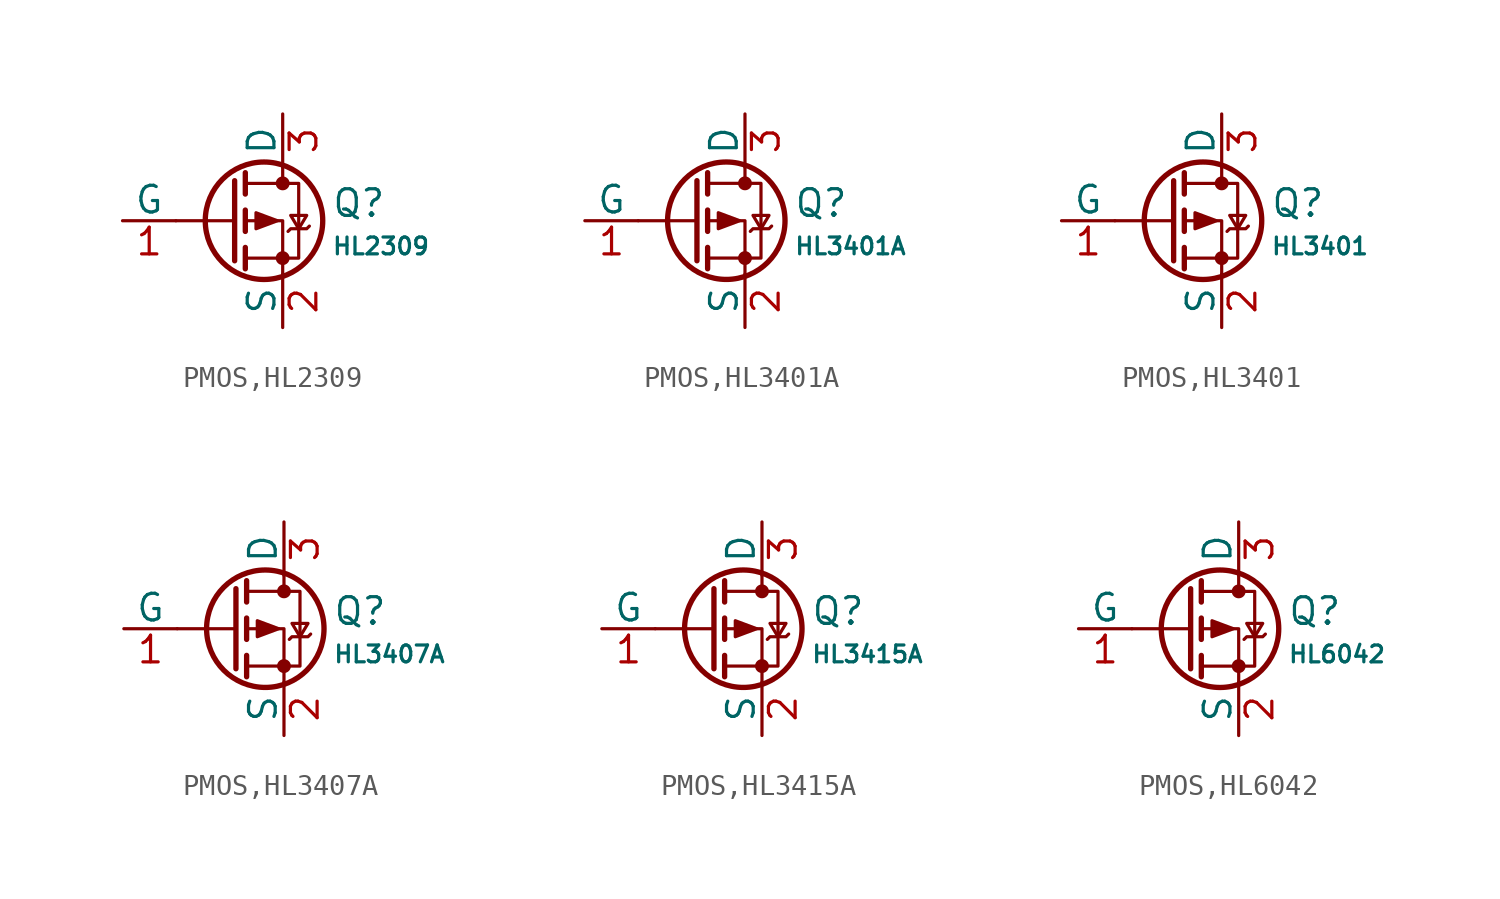
<source format=kicad_sym>
(kicad_symbol_lib
  (version 20231120)
  (generator "CDFER")
  (generator_version "8.0")
  (symbol "PMOS,HL2309"
    (pin_names
      (offset 0))
    (property "Reference" "Q"
      (at 4.851 0.834 0)
      (effects (font (size 1.27 1.27)) (justify left)))
    (property "Value" "HL2309"
      (at 4.851 -1.212 0)
      (effects (font (size 0.8 0.8)) (justify left)))
    (symbol "PMOS,HL2309_0_1"
      (polyline (pts (xy 0.254 0) (xy -2.54 0)) (stroke (width 0) (type default)) (fill (type none)))
      (polyline (pts (xy 0.254 1.905) (xy 0.254 -1.905)) (stroke (width 0.254) (type default)) (fill (type none)))
      (polyline (pts (xy 0.762 -1.27) (xy 0.762 -2.286)) (stroke (width 0.254) (type default)) (fill (type none)))
      (polyline (pts (xy 0.762 0.508) (xy 0.762 -0.508)) (stroke (width 0.254) (type default)) (fill (type none)))
      (polyline (pts (xy 0.762 2.286) (xy 0.762 1.27)) (stroke (width 0.254) (type default)) (fill (type none)))
      (polyline (pts (xy 2.54 2.54) (xy 2.54 1.778)) (stroke (width 0) (type default)) (fill (type none)))
      (polyline (pts (xy 2.54 -2.54) (xy 2.54 0) (xy 0.762 0)) (stroke (width 0) (type default)) (fill (type none)))
      (polyline (pts (xy 0.762 1.778) (xy 3.302 1.778) (xy 3.302 -1.778) (xy 0.762 -1.778)) (stroke (width 0) (type default)) (fill (type none)))
      (polyline (pts (xy 2.286 0) (xy 1.27 0.381) (xy 1.27 -0.381) (xy 2.286 0)) (stroke (width 0) (type default)) (fill (type outline)))
      (polyline (pts (xy 2.794 -0.508) (xy 2.921 -0.381) (xy 3.683 -0.381) (xy 3.81 -0.254)) (stroke (width 0) (type default)) (fill (type none)))
      (polyline (pts (xy 3.302 -0.381) (xy 2.921 0.254) (xy 3.683 0.254) (xy 3.302 -0.381)) (stroke (width 0) (type default)) (fill (type none)))
      (circle (center 1.651 0) (radius 2.794) (stroke (width 0.254) (type default)) (fill (type none)))
      (circle (center 2.54 -1.778) (radius 0.254) (stroke (width 0) (type default)) (fill (type outline)))
      (circle (center 2.54 1.778) (radius 0.254) (stroke (width 0) (type default)) (fill (type outline))))
    (symbol "PMOS,HL2309_1_1"
      (pin passive line (at 2.54 5.08 270) (length 2.54) (name "D" (effects (font (size 1.27 1.27)))) (number "3" (effects (font (size 1.27 1.27)))))
      (pin input line (at -5.08 0 0) (length 2.54) (name "G" (effects (font (size 1.27 1.27)))) (number "1" (effects (font (size 1.27 1.27)))))
      (pin passive line (at 2.54 -5.08 90) (length 2.54) (name "S" (effects (font (size 1.27 1.27)))) (number "2" (effects (font (size 1.27 1.27)))))))
  (symbol "PMOS,HL3401A"
    (pin_names
      (offset 0))
    (property "Reference" "Q"
      (at 4.851 0.834 0)
      (effects (font (size 1.27 1.27)) (justify left)))
    (property "Value" "HL3401A"
      (at 4.851 -1.212 0)
      (effects (font (size 0.8 0.8)) (justify left)))
    (symbol "PMOS,HL3401A_0_1"
      (polyline (pts (xy 0.254 0) (xy -2.54 0)) (stroke (width 0) (type default)) (fill (type none)))
      (polyline (pts (xy 0.254 1.905) (xy 0.254 -1.905)) (stroke (width 0.254) (type default)) (fill (type none)))
      (polyline (pts (xy 0.762 -1.27) (xy 0.762 -2.286)) (stroke (width 0.254) (type default)) (fill (type none)))
      (polyline (pts (xy 0.762 0.508) (xy 0.762 -0.508)) (stroke (width 0.254) (type default)) (fill (type none)))
      (polyline (pts (xy 0.762 2.286) (xy 0.762 1.27)) (stroke (width 0.254) (type default)) (fill (type none)))
      (polyline (pts (xy 2.54 2.54) (xy 2.54 1.778)) (stroke (width 0) (type default)) (fill (type none)))
      (polyline (pts (xy 2.54 -2.54) (xy 2.54 0) (xy 0.762 0)) (stroke (width 0) (type default)) (fill (type none)))
      (polyline (pts (xy 0.762 1.778) (xy 3.302 1.778) (xy 3.302 -1.778) (xy 0.762 -1.778)) (stroke (width 0) (type default)) (fill (type none)))
      (polyline (pts (xy 2.286 0) (xy 1.27 0.381) (xy 1.27 -0.381) (xy 2.286 0)) (stroke (width 0) (type default)) (fill (type outline)))
      (polyline (pts (xy 2.794 -0.508) (xy 2.921 -0.381) (xy 3.683 -0.381) (xy 3.81 -0.254)) (stroke (width 0) (type default)) (fill (type none)))
      (polyline (pts (xy 3.302 -0.381) (xy 2.921 0.254) (xy 3.683 0.254) (xy 3.302 -0.381)) (stroke (width 0) (type default)) (fill (type none)))
      (circle (center 1.651 0) (radius 2.794) (stroke (width 0.254) (type default)) (fill (type none)))
      (circle (center 2.54 -1.778) (radius 0.254) (stroke (width 0) (type default)) (fill (type outline)))
      (circle (center 2.54 1.778) (radius 0.254) (stroke (width 0) (type default)) (fill (type outline))))
    (symbol "PMOS,HL3401A_1_1"
      (pin passive line (at 2.54 5.08 270) (length 2.54) (name "D" (effects (font (size 1.27 1.27)))) (number "3" (effects (font (size 1.27 1.27)))))
      (pin input line (at -5.08 0 0) (length 2.54) (name "G" (effects (font (size 1.27 1.27)))) (number "1" (effects (font (size 1.27 1.27)))))
      (pin passive line (at 2.54 -5.08 90) (length 2.54) (name "S" (effects (font (size 1.27 1.27)))) (number "2" (effects (font (size 1.27 1.27)))))))
  (symbol "PMOS,HL3401"
    (pin_names
      (offset 0))
    (property "Reference" "Q"
      (at 4.851 0.834 0)
      (effects (font (size 1.27 1.27)) (justify left)))
    (property "Value" "HL3401"
      (at 4.851 -1.212 0)
      (effects (font (size 0.8 0.8)) (justify left)))
    (symbol "PMOS,HL3401_0_1"
      (polyline (pts (xy 0.254 0) (xy -2.54 0)) (stroke (width 0) (type default)) (fill (type none)))
      (polyline (pts (xy 0.254 1.905) (xy 0.254 -1.905)) (stroke (width 0.254) (type default)) (fill (type none)))
      (polyline (pts (xy 0.762 -1.27) (xy 0.762 -2.286)) (stroke (width 0.254) (type default)) (fill (type none)))
      (polyline (pts (xy 0.762 0.508) (xy 0.762 -0.508)) (stroke (width 0.254) (type default)) (fill (type none)))
      (polyline (pts (xy 0.762 2.286) (xy 0.762 1.27)) (stroke (width 0.254) (type default)) (fill (type none)))
      (polyline (pts (xy 2.54 2.54) (xy 2.54 1.778)) (stroke (width 0) (type default)) (fill (type none)))
      (polyline (pts (xy 2.54 -2.54) (xy 2.54 0) (xy 0.762 0)) (stroke (width 0) (type default)) (fill (type none)))
      (polyline (pts (xy 0.762 1.778) (xy 3.302 1.778) (xy 3.302 -1.778) (xy 0.762 -1.778)) (stroke (width 0) (type default)) (fill (type none)))
      (polyline (pts (xy 2.286 0) (xy 1.27 0.381) (xy 1.27 -0.381) (xy 2.286 0)) (stroke (width 0) (type default)) (fill (type outline)))
      (polyline (pts (xy 2.794 -0.508) (xy 2.921 -0.381) (xy 3.683 -0.381) (xy 3.81 -0.254)) (stroke (width 0) (type default)) (fill (type none)))
      (polyline (pts (xy 3.302 -0.381) (xy 2.921 0.254) (xy 3.683 0.254) (xy 3.302 -0.381)) (stroke (width 0) (type default)) (fill (type none)))
      (circle (center 1.651 0) (radius 2.794) (stroke (width 0.254) (type default)) (fill (type none)))
      (circle (center 2.54 -1.778) (radius 0.254) (stroke (width 0) (type default)) (fill (type outline)))
      (circle (center 2.54 1.778) (radius 0.254) (stroke (width 0) (type default)) (fill (type outline))))
    (symbol "PMOS,HL3401_1_1"
      (pin passive line (at 2.54 5.08 270) (length 2.54) (name "D" (effects (font (size 1.27 1.27)))) (number "3" (effects (font (size 1.27 1.27)))))
      (pin input line (at -5.08 0 0) (length 2.54) (name "G" (effects (font (size 1.27 1.27)))) (number "1" (effects (font (size 1.27 1.27)))))
      (pin passive line (at 2.54 -5.08 90) (length 2.54) (name "S" (effects (font (size 1.27 1.27)))) (number "2" (effects (font (size 1.27 1.27)))))))
  (symbol "PMOS,HL3407A"
    (pin_names
      (offset 0))
    (property "Reference" "Q"
      (at 4.851 0.834 0)
      (effects (font (size 1.27 1.27)) (justify left)))
    (property "Value" "HL3407A"
      (at 4.851 -1.212 0)
      (effects (font (size 0.8 0.8)) (justify left)))
    (symbol "PMOS,HL3407A_0_1"
      (polyline (pts (xy 0.254 0) (xy -2.54 0)) (stroke (width 0) (type default)) (fill (type none)))
      (polyline (pts (xy 0.254 1.905) (xy 0.254 -1.905)) (stroke (width 0.254) (type default)) (fill (type none)))
      (polyline (pts (xy 0.762 -1.27) (xy 0.762 -2.286)) (stroke (width 0.254) (type default)) (fill (type none)))
      (polyline (pts (xy 0.762 0.508) (xy 0.762 -0.508)) (stroke (width 0.254) (type default)) (fill (type none)))
      (polyline (pts (xy 0.762 2.286) (xy 0.762 1.27)) (stroke (width 0.254) (type default)) (fill (type none)))
      (polyline (pts (xy 2.54 2.54) (xy 2.54 1.778)) (stroke (width 0) (type default)) (fill (type none)))
      (polyline (pts (xy 2.54 -2.54) (xy 2.54 0) (xy 0.762 0)) (stroke (width 0) (type default)) (fill (type none)))
      (polyline (pts (xy 0.762 1.778) (xy 3.302 1.778) (xy 3.302 -1.778) (xy 0.762 -1.778)) (stroke (width 0) (type default)) (fill (type none)))
      (polyline (pts (xy 2.286 0) (xy 1.27 0.381) (xy 1.27 -0.381) (xy 2.286 0)) (stroke (width 0) (type default)) (fill (type outline)))
      (polyline (pts (xy 2.794 -0.508) (xy 2.921 -0.381) (xy 3.683 -0.381) (xy 3.81 -0.254)) (stroke (width 0) (type default)) (fill (type none)))
      (polyline (pts (xy 3.302 -0.381) (xy 2.921 0.254) (xy 3.683 0.254) (xy 3.302 -0.381)) (stroke (width 0) (type default)) (fill (type none)))
      (circle (center 1.651 0) (radius 2.794) (stroke (width 0.254) (type default)) (fill (type none)))
      (circle (center 2.54 -1.778) (radius 0.254) (stroke (width 0) (type default)) (fill (type outline)))
      (circle (center 2.54 1.778) (radius 0.254) (stroke (width 0) (type default)) (fill (type outline))))
    (symbol "PMOS,HL3407A_1_1"
      (pin passive line (at 2.54 5.08 270) (length 2.54) (name "D" (effects (font (size 1.27 1.27)))) (number "3" (effects (font (size 1.27 1.27)))))
      (pin input line (at -5.08 0 0) (length 2.54) (name "G" (effects (font (size 1.27 1.27)))) (number "1" (effects (font (size 1.27 1.27)))))
      (pin passive line (at 2.54 -5.08 90) (length 2.54) (name "S" (effects (font (size 1.27 1.27)))) (number "2" (effects (font (size 1.27 1.27)))))))
  (symbol "PMOS,HL3415A"
    (pin_names
      (offset 0))
    (property "Reference" "Q"
      (at 4.851 0.834 0)
      (effects (font (size 1.27 1.27)) (justify left)))
    (property "Value" "HL3415A"
      (at 4.851 -1.212 0)
      (effects (font (size 0.8 0.8)) (justify left)))
    (symbol "PMOS,HL3415A_0_1"
      (polyline (pts (xy 0.254 0) (xy -2.54 0)) (stroke (width 0) (type default)) (fill (type none)))
      (polyline (pts (xy 0.254 1.905) (xy 0.254 -1.905)) (stroke (width 0.254) (type default)) (fill (type none)))
      (polyline (pts (xy 0.762 -1.27) (xy 0.762 -2.286)) (stroke (width 0.254) (type default)) (fill (type none)))
      (polyline (pts (xy 0.762 0.508) (xy 0.762 -0.508)) (stroke (width 0.254) (type default)) (fill (type none)))
      (polyline (pts (xy 0.762 2.286) (xy 0.762 1.27)) (stroke (width 0.254) (type default)) (fill (type none)))
      (polyline (pts (xy 2.54 2.54) (xy 2.54 1.778)) (stroke (width 0) (type default)) (fill (type none)))
      (polyline (pts (xy 2.54 -2.54) (xy 2.54 0) (xy 0.762 0)) (stroke (width 0) (type default)) (fill (type none)))
      (polyline (pts (xy 0.762 1.778) (xy 3.302 1.778) (xy 3.302 -1.778) (xy 0.762 -1.778)) (stroke (width 0) (type default)) (fill (type none)))
      (polyline (pts (xy 2.286 0) (xy 1.27 0.381) (xy 1.27 -0.381) (xy 2.286 0)) (stroke (width 0) (type default)) (fill (type outline)))
      (polyline (pts (xy 2.794 -0.508) (xy 2.921 -0.381) (xy 3.683 -0.381) (xy 3.81 -0.254)) (stroke (width 0) (type default)) (fill (type none)))
      (polyline (pts (xy 3.302 -0.381) (xy 2.921 0.254) (xy 3.683 0.254) (xy 3.302 -0.381)) (stroke (width 0) (type default)) (fill (type none)))
      (circle (center 1.651 0) (radius 2.794) (stroke (width 0.254) (type default)) (fill (type none)))
      (circle (center 2.54 -1.778) (radius 0.254) (stroke (width 0) (type default)) (fill (type outline)))
      (circle (center 2.54 1.778) (radius 0.254) (stroke (width 0) (type default)) (fill (type outline))))
    (symbol "PMOS,HL3415A_1_1"
      (pin passive line (at 2.54 5.08 270) (length 2.54) (name "D" (effects (font (size 1.27 1.27)))) (number "3" (effects (font (size 1.27 1.27)))))
      (pin input line (at -5.08 0 0) (length 2.54) (name "G" (effects (font (size 1.27 1.27)))) (number "1" (effects (font (size 1.27 1.27)))))
      (pin passive line (at 2.54 -5.08 90) (length 2.54) (name "S" (effects (font (size 1.27 1.27)))) (number "2" (effects (font (size 1.27 1.27)))))))
  (symbol "PMOS,HL6042"
    (pin_names
      (offset 0))
    (property "Reference" "Q"
      (at 4.851 0.834 0)
      (effects (font (size 1.27 1.27)) (justify left)))
    (property "Value" "HL6042"
      (at 4.851 -1.212 0)
      (effects (font (size 0.8 0.8)) (justify left)))
    (symbol "PMOS,HL6042_0_1"
      (polyline (pts (xy 0.254 0) (xy -2.54 0)) (stroke (width 0) (type default)) (fill (type none)))
      (polyline (pts (xy 0.254 1.905) (xy 0.254 -1.905)) (stroke (width 0.254) (type default)) (fill (type none)))
      (polyline (pts (xy 0.762 -1.27) (xy 0.762 -2.286)) (stroke (width 0.254) (type default)) (fill (type none)))
      (polyline (pts (xy 0.762 0.508) (xy 0.762 -0.508)) (stroke (width 0.254) (type default)) (fill (type none)))
      (polyline (pts (xy 0.762 2.286) (xy 0.762 1.27)) (stroke (width 0.254) (type default)) (fill (type none)))
      (polyline (pts (xy 2.54 2.54) (xy 2.54 1.778)) (stroke (width 0) (type default)) (fill (type none)))
      (polyline (pts (xy 2.54 -2.54) (xy 2.54 0) (xy 0.762 0)) (stroke (width 0) (type default)) (fill (type none)))
      (polyline (pts (xy 0.762 1.778) (xy 3.302 1.778) (xy 3.302 -1.778) (xy 0.762 -1.778)) (stroke (width 0) (type default)) (fill (type none)))
      (polyline (pts (xy 2.286 0) (xy 1.27 0.381) (xy 1.27 -0.381) (xy 2.286 0)) (stroke (width 0) (type default)) (fill (type outline)))
      (polyline (pts (xy 2.794 -0.508) (xy 2.921 -0.381) (xy 3.683 -0.381) (xy 3.81 -0.254)) (stroke (width 0) (type default)) (fill (type none)))
      (polyline (pts (xy 3.302 -0.381) (xy 2.921 0.254) (xy 3.683 0.254) (xy 3.302 -0.381)) (stroke (width 0) (type default)) (fill (type none)))
      (circle (center 1.651 0) (radius 2.794) (stroke (width 0.254) (type default)) (fill (type none)))
      (circle (center 2.54 -1.778) (radius 0.254) (stroke (width 0) (type default)) (fill (type outline)))
      (circle (center 2.54 1.778) (radius 0.254) (stroke (width 0) (type default)) (fill (type outline))))
    (symbol "PMOS,HL6042_1_1"
      (pin passive line (at 2.54 5.08 270) (length 2.54) (name "D" (effects (font (size 1.27 1.27)))) (number "3" (effects (font (size 1.27 1.27)))))
      (pin input line (at -5.08 0 0) (length 2.54) (name "G" (effects (font (size 1.27 1.27)))) (number "1" (effects (font (size 1.27 1.27)))))
      (pin passive line (at 2.54 -5.08 90) (length 2.54) (name "S" (effects (font (size 1.27 1.27)))) (number "2" (effects (font (size 1.27 1.27))))))))
</source>
